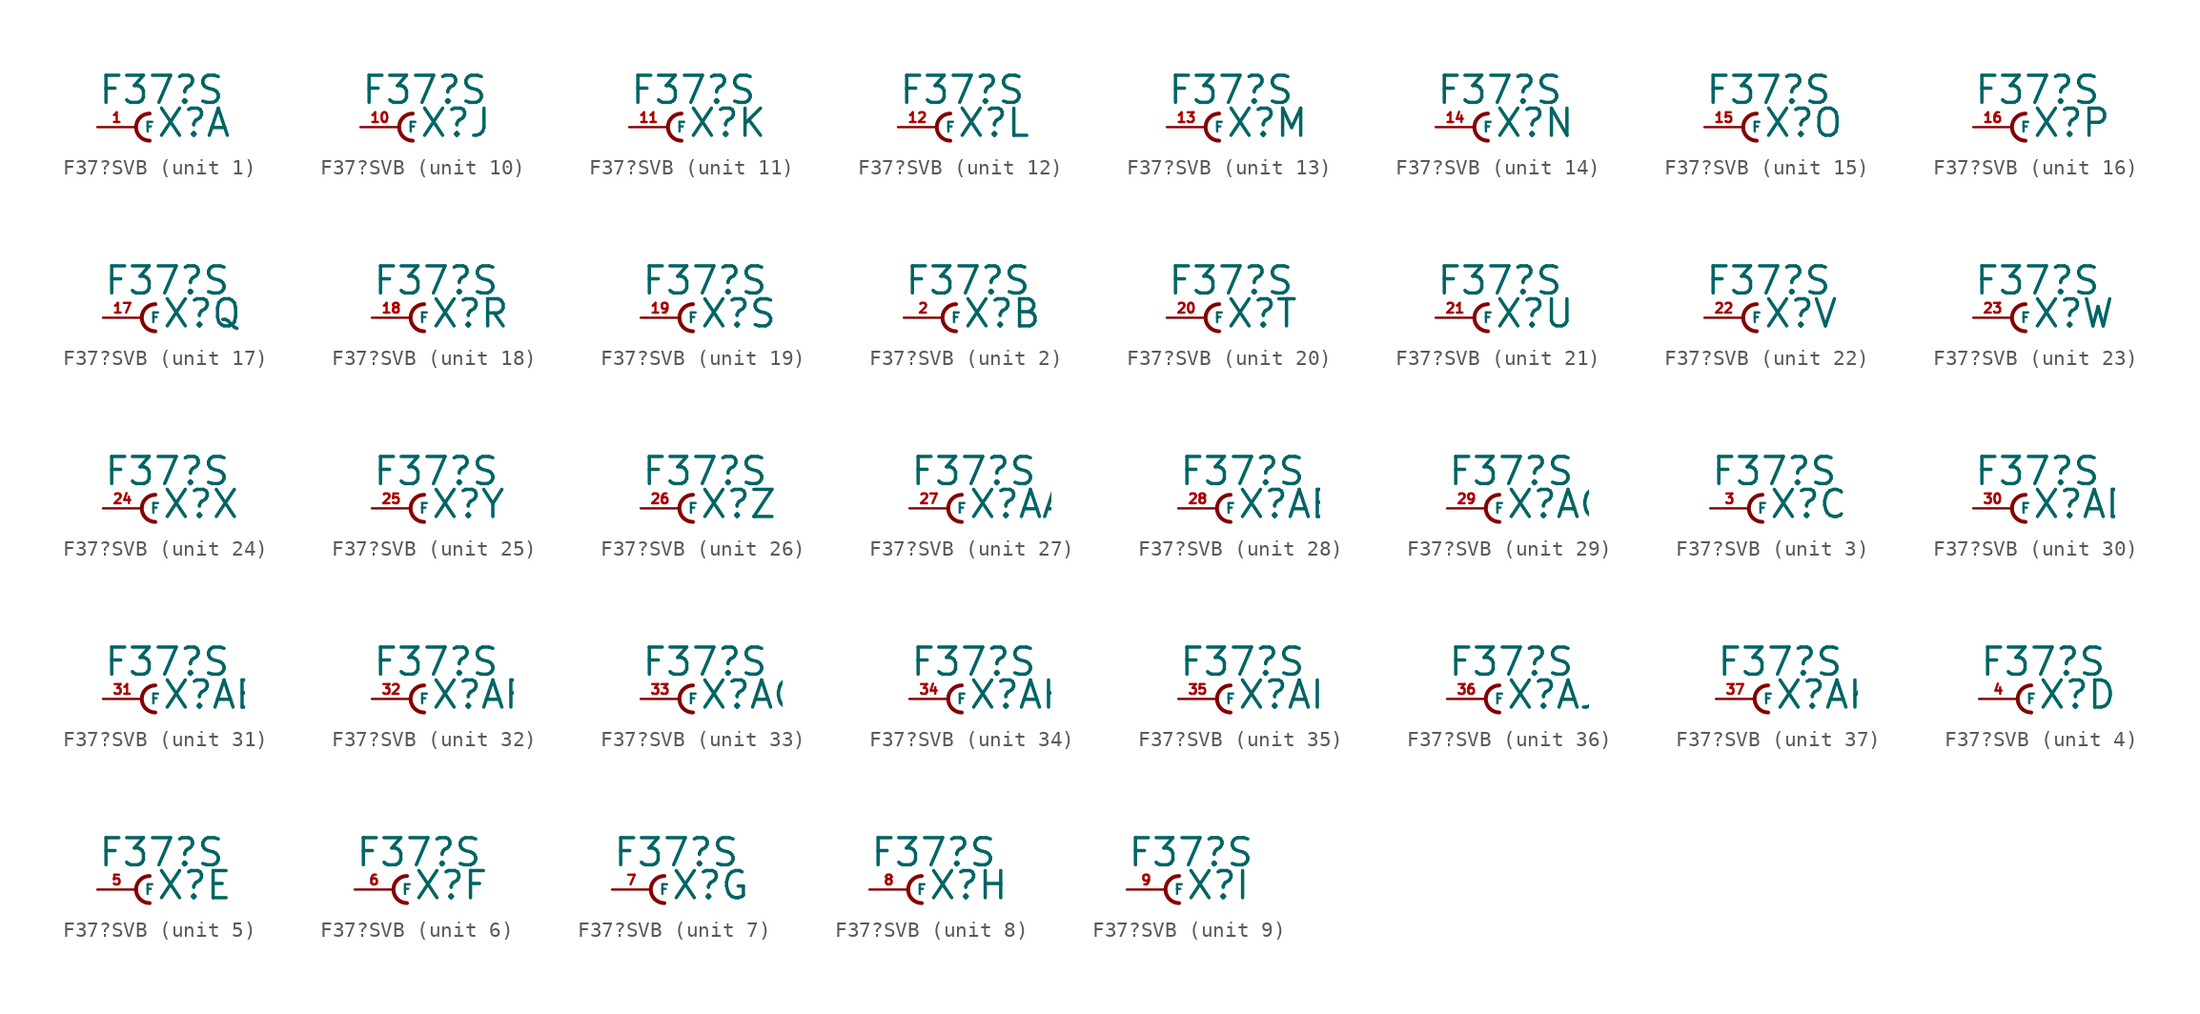
<source format=kicad_sym>
(kicad_symbol_lib
  (version 20220914)
  (generator Eagle2Kicad)
  (symbol "F37?SVB"
    (property "Reference" "X"
      (at 1.27 -0.762 0)
      (effects (font (size 1.778 1.778) (thickness 0.22)) (justify left bottom)))
    (property "Value" "F37?S"
      (at -2.54 1.397 0)
      (effects (font (size 1.778 1.778) (thickness 0.22)) (justify left bottom)))
    (symbol "F37?SVB_1_0"
      (arc (start 0.889 0.889) (mid 0.000 0.000) (end 0.889 -0.889) (stroke (width 0.254) (type default)) (fill (type none)))
      (pin passive line (at -2.54 0 0) (length 2.54) (name "F" (effects (font (size 0.635 0.635) (thickness 0.08)) (justify left bottom))) (number "1" (effects (font (size 0.635 0.635) (thickness 0.08)) (justify left bottom)))))
    (symbol "F37?SVB_2_0"
      (arc (start 0.889 0.889) (mid 0.000 0.000) (end 0.889 -0.889) (stroke (width 0.254) (type default)) (fill (type none)))
      (pin passive line (at -2.54 0 0) (length 2.54) (name "F" (effects (font (size 0.635 0.635) (thickness 0.08)) (justify left bottom))) (number "2" (effects (font (size 0.635 0.635) (thickness 0.08)) (justify left bottom)))))
    (symbol "F37?SVB_3_0"
      (arc (start 0.889 0.889) (mid 0.000 0.000) (end 0.889 -0.889) (stroke (width 0.254) (type default)) (fill (type none)))
      (pin passive line (at -2.54 0 0) (length 2.54) (name "F" (effects (font (size 0.635 0.635) (thickness 0.08)) (justify left bottom))) (number "3" (effects (font (size 0.635 0.635) (thickness 0.08)) (justify left bottom)))))
    (symbol "F37?SVB_4_0"
      (arc (start 0.889 0.889) (mid 0.000 0.000) (end 0.889 -0.889) (stroke (width 0.254) (type default)) (fill (type none)))
      (pin passive line (at -2.54 0 0) (length 2.54) (name "F" (effects (font (size 0.635 0.635) (thickness 0.08)) (justify left bottom))) (number "4" (effects (font (size 0.635 0.635) (thickness 0.08)) (justify left bottom)))))
    (symbol "F37?SVB_5_0"
      (arc (start 0.889 0.889) (mid 0.000 0.000) (end 0.889 -0.889) (stroke (width 0.254) (type default)) (fill (type none)))
      (pin passive line (at -2.54 0 0) (length 2.54) (name "F" (effects (font (size 0.635 0.635) (thickness 0.08)) (justify left bottom))) (number "5" (effects (font (size 0.635 0.635) (thickness 0.08)) (justify left bottom)))))
    (symbol "F37?SVB_6_0"
      (arc (start 0.889 0.889) (mid 0.000 0.000) (end 0.889 -0.889) (stroke (width 0.254) (type default)) (fill (type none)))
      (pin passive line (at -2.54 0 0) (length 2.54) (name "F" (effects (font (size 0.635 0.635) (thickness 0.08)) (justify left bottom))) (number "6" (effects (font (size 0.635 0.635) (thickness 0.08)) (justify left bottom)))))
    (symbol "F37?SVB_7_0"
      (arc (start 0.889 0.889) (mid 0.000 0.000) (end 0.889 -0.889) (stroke (width 0.254) (type default)) (fill (type none)))
      (pin passive line (at -2.54 0 0) (length 2.54) (name "F" (effects (font (size 0.635 0.635) (thickness 0.08)) (justify left bottom))) (number "7" (effects (font (size 0.635 0.635) (thickness 0.08)) (justify left bottom)))))
    (symbol "F37?SVB_8_0"
      (arc (start 0.889 0.889) (mid 0.000 0.000) (end 0.889 -0.889) (stroke (width 0.254) (type default)) (fill (type none)))
      (pin passive line (at -2.54 0 0) (length 2.54) (name "F" (effects (font (size 0.635 0.635) (thickness 0.08)) (justify left bottom))) (number "8" (effects (font (size 0.635 0.635) (thickness 0.08)) (justify left bottom)))))
    (symbol "F37?SVB_9_0"
      (arc (start 0.889 0.889) (mid 0.000 0.000) (end 0.889 -0.889) (stroke (width 0.254) (type default)) (fill (type none)))
      (pin passive line (at -2.54 0 0) (length 2.54) (name "F" (effects (font (size 0.635 0.635) (thickness 0.08)) (justify left bottom))) (number "9" (effects (font (size 0.635 0.635) (thickness 0.08)) (justify left bottom)))))
    (symbol "F37?SVB_10_0"
      (arc (start 0.889 0.889) (mid 0.000 0.000) (end 0.889 -0.889) (stroke (width 0.254) (type default)) (fill (type none)))
      (pin passive line (at -2.54 0 0) (length 2.54) (name "F" (effects (font (size 0.635 0.635) (thickness 0.08)) (justify left bottom))) (number "10" (effects (font (size 0.635 0.635) (thickness 0.08)) (justify left bottom)))))
    (symbol "F37?SVB_11_0"
      (arc (start 0.889 0.889) (mid 0.000 0.000) (end 0.889 -0.889) (stroke (width 0.254) (type default)) (fill (type none)))
      (pin passive line (at -2.54 0 0) (length 2.54) (name "F" (effects (font (size 0.635 0.635) (thickness 0.08)) (justify left bottom))) (number "11" (effects (font (size 0.635 0.635) (thickness 0.08)) (justify left bottom)))))
    (symbol "F37?SVB_12_0"
      (arc (start 0.889 0.889) (mid 0.000 0.000) (end 0.889 -0.889) (stroke (width 0.254) (type default)) (fill (type none)))
      (pin passive line (at -2.54 0 0) (length 2.54) (name "F" (effects (font (size 0.635 0.635) (thickness 0.08)) (justify left bottom))) (number "12" (effects (font (size 0.635 0.635) (thickness 0.08)) (justify left bottom)))))
    (symbol "F37?SVB_13_0"
      (arc (start 0.889 0.889) (mid 0.000 0.000) (end 0.889 -0.889) (stroke (width 0.254) (type default)) (fill (type none)))
      (pin passive line (at -2.54 0 0) (length 2.54) (name "F" (effects (font (size 0.635 0.635) (thickness 0.08)) (justify left bottom))) (number "13" (effects (font (size 0.635 0.635) (thickness 0.08)) (justify left bottom)))))
    (symbol "F37?SVB_14_0"
      (arc (start 0.889 0.889) (mid 0.000 0.000) (end 0.889 -0.889) (stroke (width 0.254) (type default)) (fill (type none)))
      (pin passive line (at -2.54 0 0) (length 2.54) (name "F" (effects (font (size 0.635 0.635) (thickness 0.08)) (justify left bottom))) (number "14" (effects (font (size 0.635 0.635) (thickness 0.08)) (justify left bottom)))))
    (symbol "F37?SVB_15_0"
      (arc (start 0.889 0.889) (mid 0.000 0.000) (end 0.889 -0.889) (stroke (width 0.254) (type default)) (fill (type none)))
      (pin passive line (at -2.54 0 0) (length 2.54) (name "F" (effects (font (size 0.635 0.635) (thickness 0.08)) (justify left bottom))) (number "15" (effects (font (size 0.635 0.635) (thickness 0.08)) (justify left bottom)))))
    (symbol "F37?SVB_16_0"
      (arc (start 0.889 0.889) (mid 0.000 0.000) (end 0.889 -0.889) (stroke (width 0.254) (type default)) (fill (type none)))
      (pin passive line (at -2.54 0 0) (length 2.54) (name "F" (effects (font (size 0.635 0.635) (thickness 0.08)) (justify left bottom))) (number "16" (effects (font (size 0.635 0.635) (thickness 0.08)) (justify left bottom)))))
    (symbol "F37?SVB_17_0"
      (arc (start 0.889 0.889) (mid 0.000 0.000) (end 0.889 -0.889) (stroke (width 0.254) (type default)) (fill (type none)))
      (pin passive line (at -2.54 0 0) (length 2.54) (name "F" (effects (font (size 0.635 0.635) (thickness 0.08)) (justify left bottom))) (number "17" (effects (font (size 0.635 0.635) (thickness 0.08)) (justify left bottom)))))
    (symbol "F37?SVB_18_0"
      (arc (start 0.889 0.889) (mid 0.000 0.000) (end 0.889 -0.889) (stroke (width 0.254) (type default)) (fill (type none)))
      (pin passive line (at -2.54 0 0) (length 2.54) (name "F" (effects (font (size 0.635 0.635) (thickness 0.08)) (justify left bottom))) (number "18" (effects (font (size 0.635 0.635) (thickness 0.08)) (justify left bottom)))))
    (symbol "F37?SVB_19_0"
      (arc (start 0.889 0.889) (mid 0.000 0.000) (end 0.889 -0.889) (stroke (width 0.254) (type default)) (fill (type none)))
      (pin passive line (at -2.54 0 0) (length 2.54) (name "F" (effects (font (size 0.635 0.635) (thickness 0.08)) (justify left bottom))) (number "19" (effects (font (size 0.635 0.635) (thickness 0.08)) (justify left bottom)))))
    (symbol "F37?SVB_20_0"
      (arc (start 0.889 0.889) (mid 0.000 0.000) (end 0.889 -0.889) (stroke (width 0.254) (type default)) (fill (type none)))
      (pin passive line (at -2.54 0 0) (length 2.54) (name "F" (effects (font (size 0.635 0.635) (thickness 0.08)) (justify left bottom))) (number "20" (effects (font (size 0.635 0.635) (thickness 0.08)) (justify left bottom)))))
    (symbol "F37?SVB_21_0"
      (arc (start 0.889 0.889) (mid 0.000 0.000) (end 0.889 -0.889) (stroke (width 0.254) (type default)) (fill (type none)))
      (pin passive line (at -2.54 0 0) (length 2.54) (name "F" (effects (font (size 0.635 0.635) (thickness 0.08)) (justify left bottom))) (number "21" (effects (font (size 0.635 0.635) (thickness 0.08)) (justify left bottom)))))
    (symbol "F37?SVB_22_0"
      (arc (start 0.889 0.889) (mid 0.000 0.000) (end 0.889 -0.889) (stroke (width 0.254) (type default)) (fill (type none)))
      (pin passive line (at -2.54 0 0) (length 2.54) (name "F" (effects (font (size 0.635 0.635) (thickness 0.08)) (justify left bottom))) (number "22" (effects (font (size 0.635 0.635) (thickness 0.08)) (justify left bottom)))))
    (symbol "F37?SVB_23_0"
      (arc (start 0.889 0.889) (mid 0.000 0.000) (end 0.889 -0.889) (stroke (width 0.254) (type default)) (fill (type none)))
      (pin passive line (at -2.54 0 0) (length 2.54) (name "F" (effects (font (size 0.635 0.635) (thickness 0.08)) (justify left bottom))) (number "23" (effects (font (size 0.635 0.635) (thickness 0.08)) (justify left bottom)))))
    (symbol "F37?SVB_24_0"
      (arc (start 0.889 0.889) (mid 0.000 0.000) (end 0.889 -0.889) (stroke (width 0.254) (type default)) (fill (type none)))
      (pin passive line (at -2.54 0 0) (length 2.54) (name "F" (effects (font (size 0.635 0.635) (thickness 0.08)) (justify left bottom))) (number "24" (effects (font (size 0.635 0.635) (thickness 0.08)) (justify left bottom)))))
    (symbol "F37?SVB_25_0"
      (arc (start 0.889 0.889) (mid 0.000 0.000) (end 0.889 -0.889) (stroke (width 0.254) (type default)) (fill (type none)))
      (pin passive line (at -2.54 0 0) (length 2.54) (name "F" (effects (font (size 0.635 0.635) (thickness 0.08)) (justify left bottom))) (number "25" (effects (font (size 0.635 0.635) (thickness 0.08)) (justify left bottom)))))
    (symbol "F37?SVB_26_0"
      (arc (start 0.889 0.889) (mid 0.000 0.000) (end 0.889 -0.889) (stroke (width 0.254) (type default)) (fill (type none)))
      (pin passive line (at -2.54 0 0) (length 2.54) (name "F" (effects (font (size 0.635 0.635) (thickness 0.08)) (justify left bottom))) (number "26" (effects (font (size 0.635 0.635) (thickness 0.08)) (justify left bottom)))))
    (symbol "F37?SVB_27_0"
      (arc (start 0.889 0.889) (mid 0.000 0.000) (end 0.889 -0.889) (stroke (width 0.254) (type default)) (fill (type none)))
      (pin passive line (at -2.54 0 0) (length 2.54) (name "F" (effects (font (size 0.635 0.635) (thickness 0.08)) (justify left bottom))) (number "27" (effects (font (size 0.635 0.635) (thickness 0.08)) (justify left bottom)))))
    (symbol "F37?SVB_28_0"
      (arc (start 0.889 0.889) (mid 0.000 0.000) (end 0.889 -0.889) (stroke (width 0.254) (type default)) (fill (type none)))
      (pin passive line (at -2.54 0 0) (length 2.54) (name "F" (effects (font (size 0.635 0.635) (thickness 0.08)) (justify left bottom))) (number "28" (effects (font (size 0.635 0.635) (thickness 0.08)) (justify left bottom)))))
    (symbol "F37?SVB_29_0"
      (arc (start 0.889 0.889) (mid 0.000 0.000) (end 0.889 -0.889) (stroke (width 0.254) (type default)) (fill (type none)))
      (pin passive line (at -2.54 0 0) (length 2.54) (name "F" (effects (font (size 0.635 0.635) (thickness 0.08)) (justify left bottom))) (number "29" (effects (font (size 0.635 0.635) (thickness 0.08)) (justify left bottom)))))
    (symbol "F37?SVB_30_0"
      (arc (start 0.889 0.889) (mid 0.000 0.000) (end 0.889 -0.889) (stroke (width 0.254) (type default)) (fill (type none)))
      (pin passive line (at -2.54 0 0) (length 2.54) (name "F" (effects (font (size 0.635 0.635) (thickness 0.08)) (justify left bottom))) (number "30" (effects (font (size 0.635 0.635) (thickness 0.08)) (justify left bottom)))))
    (symbol "F37?SVB_31_0"
      (arc (start 0.889 0.889) (mid 0.000 0.000) (end 0.889 -0.889) (stroke (width 0.254) (type default)) (fill (type none)))
      (pin passive line (at -2.54 0 0) (length 2.54) (name "F" (effects (font (size 0.635 0.635) (thickness 0.08)) (justify left bottom))) (number "31" (effects (font (size 0.635 0.635) (thickness 0.08)) (justify left bottom)))))
    (symbol "F37?SVB_32_0"
      (arc (start 0.889 0.889) (mid 0.000 0.000) (end 0.889 -0.889) (stroke (width 0.254) (type default)) (fill (type none)))
      (pin passive line (at -2.54 0 0) (length 2.54) (name "F" (effects (font (size 0.635 0.635) (thickness 0.08)) (justify left bottom))) (number "32" (effects (font (size 0.635 0.635) (thickness 0.08)) (justify left bottom)))))
    (symbol "F37?SVB_33_0"
      (arc (start 0.889 0.889) (mid 0.000 0.000) (end 0.889 -0.889) (stroke (width 0.254) (type default)) (fill (type none)))
      (pin passive line (at -2.54 0 0) (length 2.54) (name "F" (effects (font (size 0.635 0.635) (thickness 0.08)) (justify left bottom))) (number "33" (effects (font (size 0.635 0.635) (thickness 0.08)) (justify left bottom)))))
    (symbol "F37?SVB_34_0"
      (arc (start 0.889 0.889) (mid 0.000 0.000) (end 0.889 -0.889) (stroke (width 0.254) (type default)) (fill (type none)))
      (pin passive line (at -2.54 0 0) (length 2.54) (name "F" (effects (font (size 0.635 0.635) (thickness 0.08)) (justify left bottom))) (number "34" (effects (font (size 0.635 0.635) (thickness 0.08)) (justify left bottom)))))
    (symbol "F37?SVB_35_0"
      (arc (start 0.889 0.889) (mid 0.000 0.000) (end 0.889 -0.889) (stroke (width 0.254) (type default)) (fill (type none)))
      (pin passive line (at -2.54 0 0) (length 2.54) (name "F" (effects (font (size 0.635 0.635) (thickness 0.08)) (justify left bottom))) (number "35" (effects (font (size 0.635 0.635) (thickness 0.08)) (justify left bottom)))))
    (symbol "F37?SVB_36_0"
      (arc (start 0.889 0.889) (mid 0.000 0.000) (end 0.889 -0.889) (stroke (width 0.254) (type default)) (fill (type none)))
      (pin passive line (at -2.54 0 0) (length 2.54) (name "F" (effects (font (size 0.635 0.635) (thickness 0.08)) (justify left bottom))) (number "36" (effects (font (size 0.635 0.635) (thickness 0.08)) (justify left bottom)))))
    (symbol "F37?SVB_37_0"
      (arc (start 0.889 0.889) (mid 0.000 0.000) (end 0.889 -0.889) (stroke (width 0.254) (type default)) (fill (type none)))
      (pin passive line (at -2.54 0 0) (length 2.54) (name "F" (effects (font (size 0.635 0.635) (thickness 0.08)) (justify left bottom))) (number "37" (effects (font (size 0.635 0.635) (thickness 0.08)) (justify left bottom)))))))
</source>
